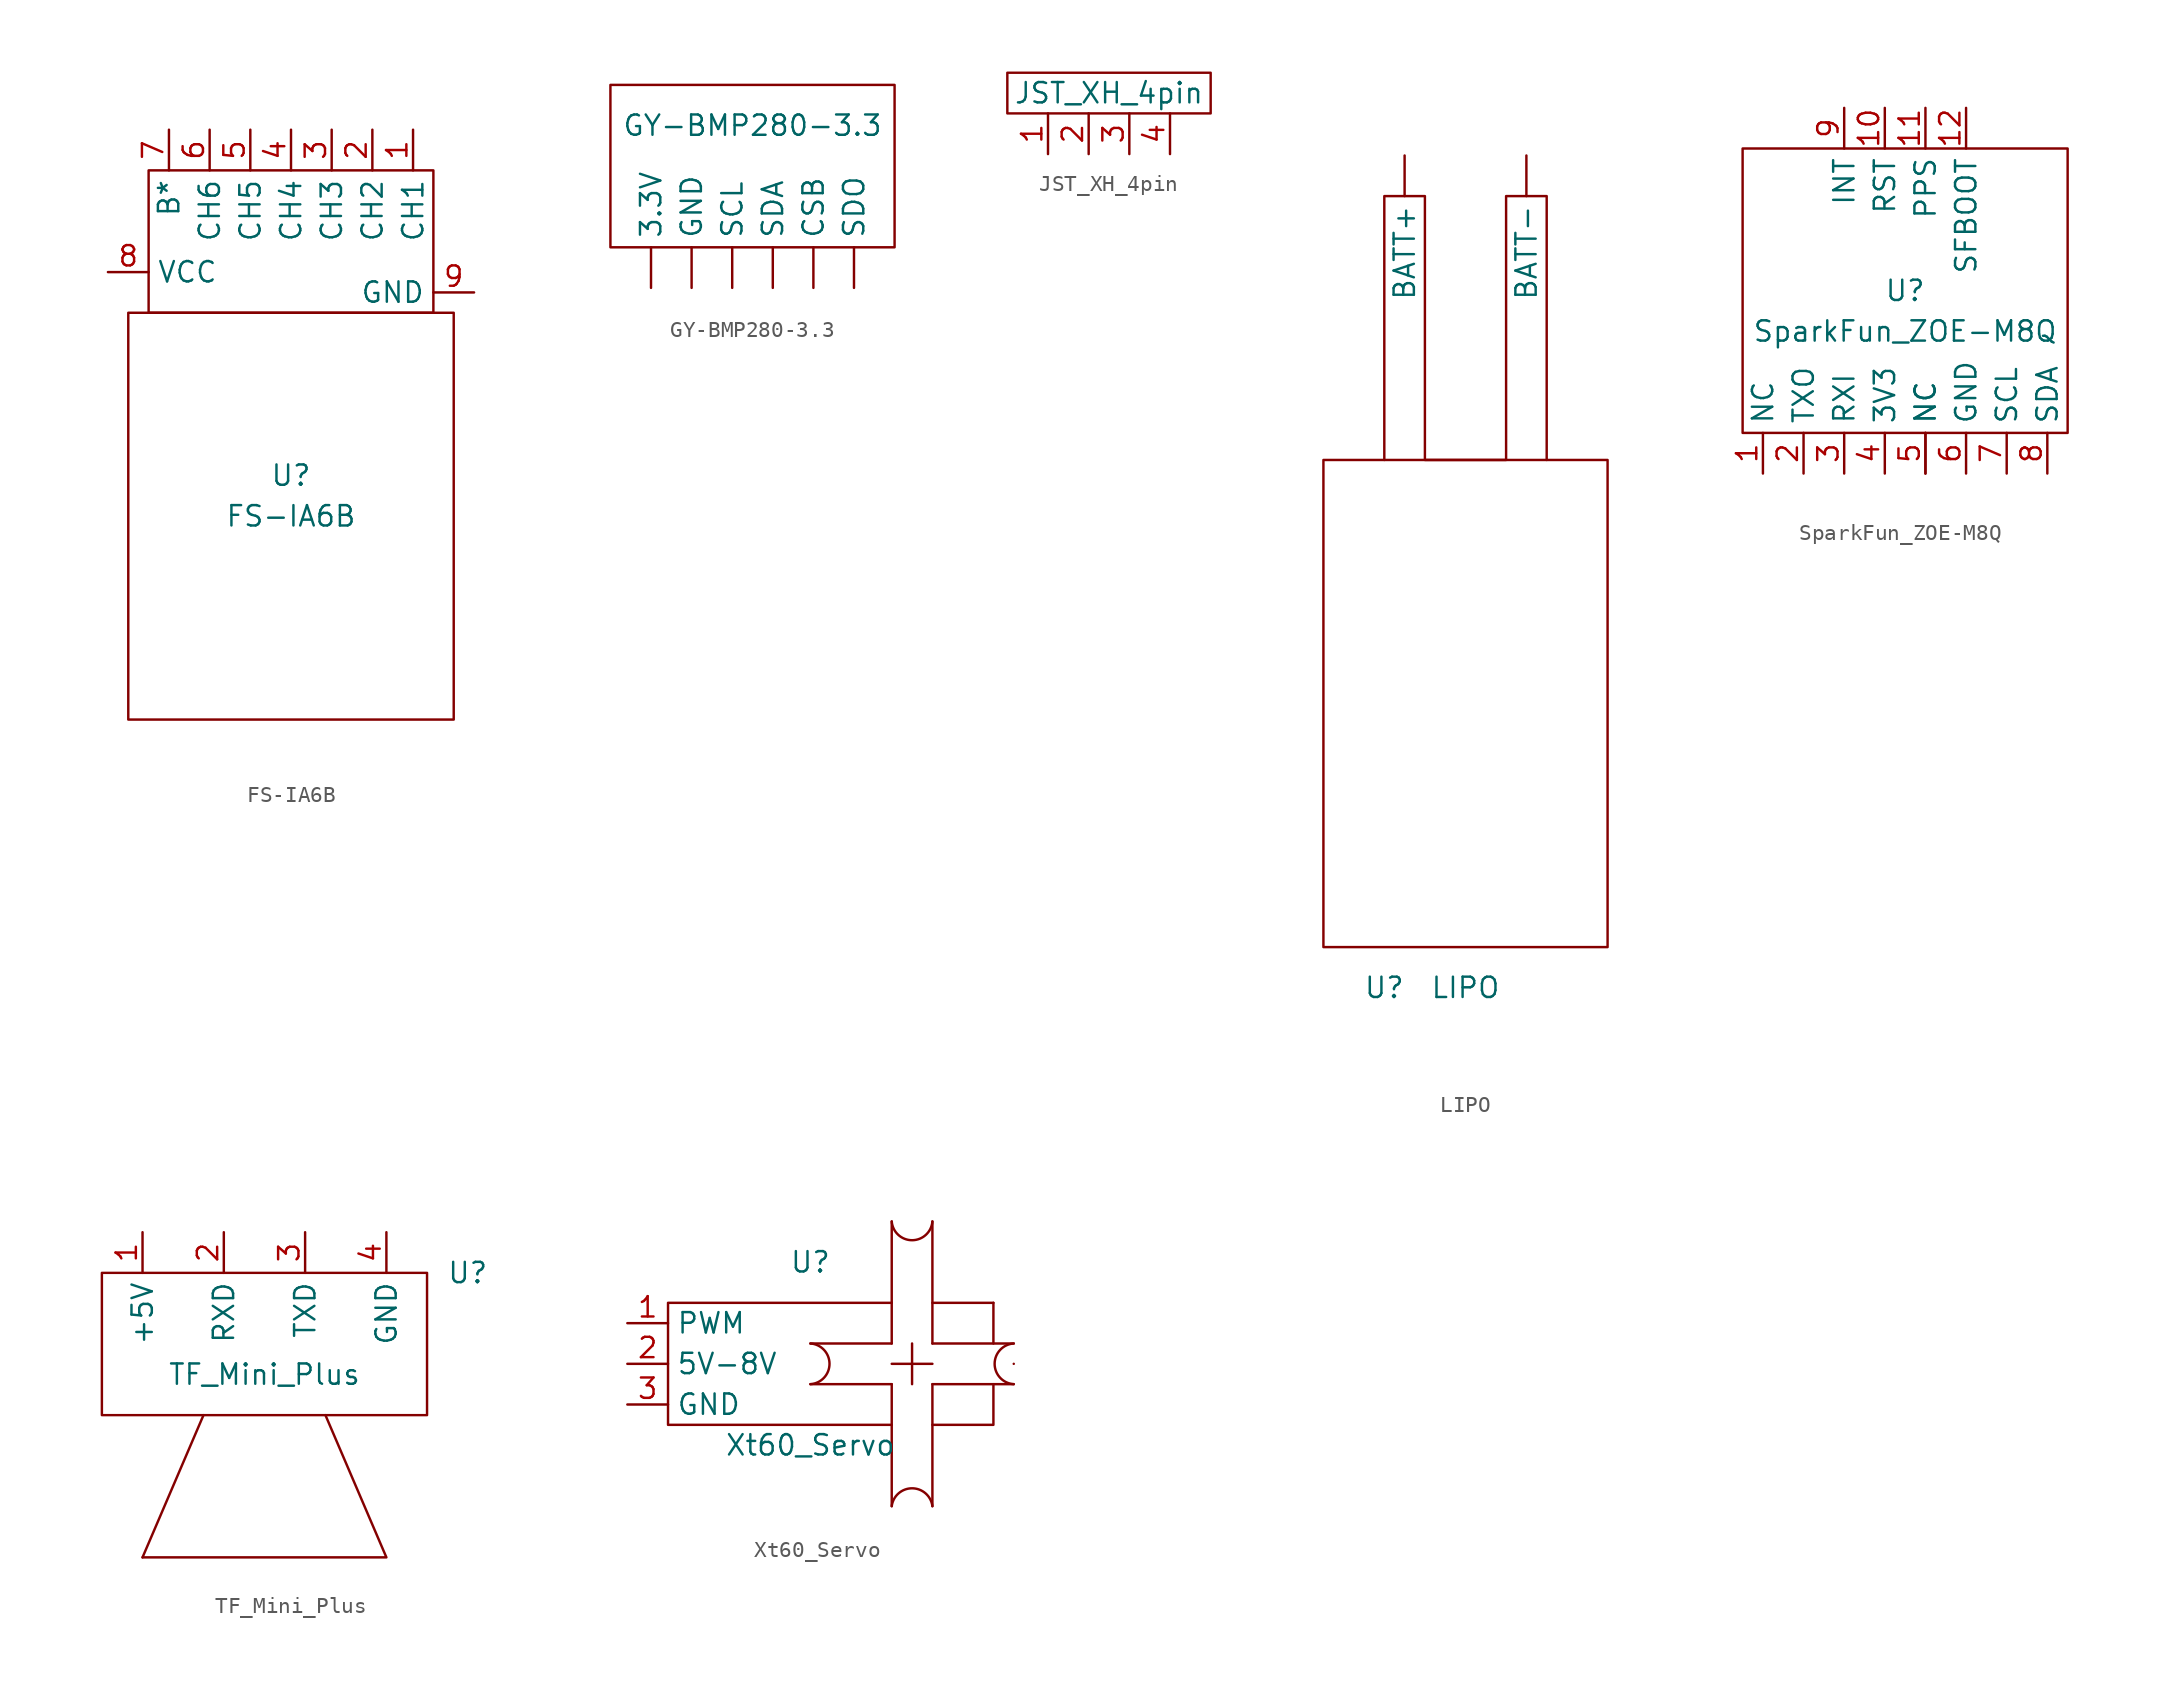
<source format=kicad_sym>
(kicad_symbol_lib
  (version 20211014)
  (generator kicad_symbol_editor)
  (symbol "FS-IA6B"
    (property "Reference" "U"
      (at 0 -2.54 0)
      (effects (font (size 1.27 1.27))))
    (property "Value" "FS-IA6B"
      (at 0 -5.08 0)
      (effects (font (size 1.27 1.27))))
    (symbol "FS-IA6B_0_1"
      (rectangle (start -10.16 7.62) (end 10.16 -17.78) (stroke (width 0) (type default) (color 0 0 0 0)) (fill (type none)))
      (rectangle (start -8.89 16.51) (end 8.89 7.62) (stroke (width 0) (type default) (color 0 0 0 0)) (fill (type none))))
    (symbol "FS-IA6B_1_1"
      (pin output line (at 7.62 19.05 270) (length 2.54) (name "CH1" (effects (font (size 1.27 1.27)))) (number "1" (effects (font (size 1.27 1.27)))))
      (pin output line (at 5.08 19.05 270) (length 2.54) (name "CH2" (effects (font (size 1.27 1.27)))) (number "2" (effects (font (size 1.27 1.27)))))
      (pin output line (at 2.54 19.05 270) (length 2.54) (name "CH3" (effects (font (size 1.27 1.27)))) (number "3" (effects (font (size 1.27 1.27)))))
      (pin output line (at 0 19.05 270) (length 2.54) (name "CH4" (effects (font (size 1.27 1.27)))) (number "4" (effects (font (size 1.27 1.27)))))
      (pin output line (at -2.54 19.05 270) (length 2.54) (name "CH5" (effects (font (size 1.27 1.27)))) (number "5" (effects (font (size 1.27 1.27)))))
      (pin output line (at -5.08 19.05 270) (length 2.54) (name "CH6" (effects (font (size 1.27 1.27)))) (number "6" (effects (font (size 1.27 1.27)))))
      (pin output line (at -7.62 19.05 270) (length 2.54) (name "B*" (effects (font (size 1.27 1.27)))) (number "7" (effects (font (size 1.27 1.27)))))
      (pin input line (at -11.43 10.16 0) (length 2.54) (name "VCC" (effects (font (size 1.27 1.27)))) (number "8" (effects (font (size 1.27 1.27)))))
      (pin output line (at 11.43 8.89 180) (length 2.54) (name "GND" (effects (font (size 1.27 1.27)))) (number "9" (effects (font (size 1.27 1.27)))))))
  (symbol "GY-BMP280-3.3"
    (property "Reference" "BARO"
      (at -1.27 11.43 0)
      (effects (font (size 1.27 1.27)) hide))
    (property "Value" "GY-BMP280-3.3"
      (at 0 6.35 0)
      (effects (font (size 1.27 1.27))))
    (symbol "GY-BMP280-3.3_0_1"
      (rectangle (start -8.89 -1.27) (end 8.89 8.89) (stroke (width 0) (type default) (color 0 0 0 0)) (fill (type none))))
    (symbol "GY-BMP280-3.3_1_1"
      (pin output line (at -6.35 -3.81 90) (length 2.54) (name "3.3V" (effects (font (size 1.27 1.27)))) (number "" (effects (font (size 1.27 1.27)))))
      (pin output line (at 3.81 -3.81 90) (length 2.54) (name "CSB" (effects (font (size 1.27 1.27)))) (number "" (effects (font (size 1.27 1.27)))))
      (pin output line (at -3.81 -3.81 90) (length 2.54) (name "GND" (effects (font (size 1.27 1.27)))) (number "" (effects (font (size 1.27 1.27)))))
      (pin output line (at -1.27 -3.81 90) (length 2.54) (name "SCL" (effects (font (size 1.27 1.27)))) (number "" (effects (font (size 1.27 1.27)))))
      (pin output line (at 1.27 -3.81 90) (length 2.54) (name "SDA" (effects (font (size 1.27 1.27)))) (number "" (effects (font (size 1.27 1.27)))))
      (pin output line (at 6.35 -3.81 90) (length 2.54) (name "SDO" (effects (font (size 1.27 1.27)))) (number "" (effects (font (size 1.27 1.27)))))))
  (symbol "JST_XH_4pin"
    (property "Reference" "U"
      (at 0 1.27 0)
      (effects (font (size 1.27 1.27)) hide))
    (property "Value" "JST_XH_4pin"
      (at 0 0 0)
      (effects (font (size 1.27 1.27))))
    (symbol "JST_XH_4pin_0_1"
      (rectangle (start -6.35 1.27) (end 6.35 -1.27) (stroke (width 0) (type default) (color 0 0 0 0)) (fill (type none))))
    (symbol "JST_XH_4pin_1_1"
      (pin output line (at -3.81 -3.81 90) (length 2.54) (name "" (effects (font (size 1.27 1.27)))) (number "1" (effects (font (size 1.27 1.27)))))
      (pin output line (at -1.27 -3.81 90) (length 2.54) (name "" (effects (font (size 1.27 1.27)))) (number "2" (effects (font (size 1.27 1.27)))))
      (pin output line (at 1.27 -3.81 90) (length 2.54) (name "" (effects (font (size 1.27 1.27)))) (number "3" (effects (font (size 1.27 1.27)))))
      (pin output line (at 3.81 -3.81 90) (length 2.54) (name "" (effects (font (size 1.27 1.27)))) (number "4" (effects (font (size 1.27 1.27)))))))
  (symbol "LIPO"
    (property "Reference" "U"
      (at -5.08 -17.78 0)
      (effects (font (size 1.27 1.27))))
    (property "Value" "LIPO"
      (at 0 -17.78 0)
      (effects (font (size 1.27 1.27))))
    (symbol "LIPO_0_1"
      (rectangle (start -8.89 15.24) (end 8.89 -15.24) (stroke (width 0) (type default) (color 0 0 0 0)) (fill (type none)))
      (polyline (pts (xy -5.08 15.24) (xy -5.08 31.75) (xy -2.54 31.75) (xy -2.54 15.24) (xy 2.54 15.24) (xy 2.54 31.75) (xy 5.08 31.75) (xy 5.08 15.24)) (stroke (width 0) (type default) (color 0 0 0 0)) (fill (type none))))
    (symbol "LIPO_1_1"
      (pin input line (at -3.81 34.29 270) (length 2.54) (name "BATT+" (effects (font (size 1.27 1.27)))) (number "" (effects (font (size 1.27 1.27)))))
      (pin input line (at 3.81 34.29 270) (length 2.54) (name "BATT-" (effects (font (size 1.27 1.27)))) (number "" (effects (font (size 1.27 1.27)))))))
  (symbol "SparkFun_ZOE-M8Q"
    (property "Reference" "U"
      (at 0 0 0)
      (effects (font (size 1.27 1.27))))
    (property "Value" "SparkFun_ZOE-M8Q"
      (at 0 -2.54 0)
      (effects (font (size 1.27 1.27))))
    (symbol "SparkFun_ZOE-M8Q_0_1"
      (rectangle (start -10.16 8.89) (end 10.16 -8.89) (stroke (width 0) (type default) (color 0 0 0 0)) (fill (type none))))
    (symbol "SparkFun_ZOE-M8Q_1_1"
      (pin input line (at 1.27 -11.43 90) (length 2.54) (name "NC" (effects (font (size 1.27 1.27)))) (number "" (effects (font (size 1.27 1.27)))))
      (pin input line (at -8.89 -11.43 90) (length 2.54) (name "NC" (effects (font (size 1.27 1.27)))) (number "1" (effects (font (size 1.27 1.27)))))
      (pin input line (at -1.27 11.43 270) (length 2.54) (name "RST" (effects (font (size 1.27 1.27)))) (number "10" (effects (font (size 1.27 1.27)))))
      (pin input line (at 1.27 11.43 270) (length 2.54) (name "PPS" (effects (font (size 1.27 1.27)))) (number "11" (effects (font (size 1.27 1.27)))))
      (pin input line (at 3.81 11.43 270) (length 2.54) (name "SFBOOT" (effects (font (size 1.27 1.27)))) (number "12" (effects (font (size 1.27 1.27)))))
      (pin input line (at -6.35 -11.43 90) (length 2.54) (name "TXO" (effects (font (size 1.27 1.27)))) (number "2" (effects (font (size 1.27 1.27)))))
      (pin input line (at -3.81 -11.43 90) (length 2.54) (name "RXI" (effects (font (size 1.27 1.27)))) (number "3" (effects (font (size 1.27 1.27)))))
      (pin input line (at -1.27 -11.43 90) (length 2.54) (name "3V3" (effects (font (size 1.27 1.27)))) (number "4" (effects (font (size 1.27 1.27)))))
      (pin input line (at 1.27 -11.43 90) (length 2.54) (name "NC" (effects (font (size 1.27 1.27)))) (number "5" (effects (font (size 1.27 1.27)))))
      (pin input line (at 3.81 -11.43 90) (length 2.54) (name "GND" (effects (font (size 1.27 1.27)))) (number "6" (effects (font (size 1.27 1.27)))))
      (pin input line (at 6.35 -11.43 90) (length 2.54) (name "SCL" (effects (font (size 1.27 1.27)))) (number "7" (effects (font (size 1.27 1.27)))))
      (pin input line (at 8.89 -11.43 90) (length 2.54) (name "SDA" (effects (font (size 1.27 1.27)))) (number "8" (effects (font (size 1.27 1.27)))))
      (pin input line (at -3.81 11.43 270) (length 2.54) (name "INT" (effects (font (size 1.27 1.27)))) (number "9" (effects (font (size 1.27 1.27)))))))
  (symbol "TF_Mini_Plus"
    (property "Reference" "U"
      (at 12.7 5.08 0)
      (effects (font (size 1.27 1.27))))
    (property "Value" "TF_Mini_Plus"
      (at 0 -1.27 0)
      (effects (font (size 1.27 1.27))))
    (symbol "TF_Mini_Plus_0_1"
      (rectangle (start -10.16 5.08) (end 10.16 -3.81) (stroke (width 0) (type default) (color 0 0 0 0)) (fill (type none)))
      (polyline (pts (xy -3.81 -3.81) (xy -7.62 -12.7)) (stroke (width 0) (type default) (color 0 0 0 0)) (fill (type none)))
      (polyline (pts (xy -7.62 -12.7) (xy 7.62 -12.7) (xy 3.81 -3.81) (xy 3.81 -3.81)) (stroke (width 0) (type default) (color 0 0 0 0)) (fill (type none))))
    (symbol "TF_Mini_Plus_1_1"
      (pin input line (at -7.62 7.62 270) (length 2.54) (name "+5V" (effects (font (size 1.27 1.27)))) (number "1" (effects (font (size 1.27 1.27)))))
      (pin input line (at -2.54 7.62 270) (length 2.54) (name "RXD" (effects (font (size 1.27 1.27)))) (number "2" (effects (font (size 1.27 1.27)))))
      (pin input line (at 2.54 7.62 270) (length 2.54) (name "TXD" (effects (font (size 1.27 1.27)))) (number "3" (effects (font (size 1.27 1.27)))))
      (pin input line (at 7.62 7.62 270) (length 2.54) (name "GND" (effects (font (size 1.27 1.27)))) (number "4" (effects (font (size 1.27 1.27)))))))
  (symbol "Xt60_Servo"
    (property "Reference" "U"
      (at -6.35 6.35 0)
      (effects (font (size 1.27 1.27))))
    (property "Value" "Xt60_Servo"
      (at -6.35 -5.08 0)
      (effects (font (size 1.27 1.27))))
    (symbol "Xt60_Servo_0_1"
      (arc (start -6.35 -1.27) (mid -4.9996 0) (end -6.35 1.27) (stroke (width 0) (type default) (color 0 0 0 0)) (fill (type none)))
      (arc (start -1.27 8.89) (mid 0 7.5124) (end 1.27 8.89) (stroke (width 0) (type default) (color 0 0 0 0)) (fill (type none)))
      (polyline (pts (xy -1.27 -8.89) (xy -1.27 -1.27)) (stroke (width 0) (type default) (color 0 0 0 0)) (fill (type none)))
      (polyline (pts (xy -1.27 -1.27) (xy -6.35 -1.27)) (stroke (width 0) (type default) (color 0 0 0 0)) (fill (type none)))
      (polyline (pts (xy -1.27 0) (xy 1.27 0)) (stroke (width 0) (type default) (color 0 0 0 0)) (fill (type none)))
      (polyline (pts (xy -1.27 1.27) (xy -6.35 1.27)) (stroke (width 0) (type default) (color 0 0 0 0)) (fill (type none)))
      (polyline (pts (xy -1.27 1.27) (xy -1.27 8.89)) (stroke (width 0) (type default) (color 0 0 0 0)) (fill (type none)))
      (polyline (pts (xy 0 -1.27) (xy 0 1.27)) (stroke (width 0) (type default) (color 0 0 0 0)) (fill (type none)))
      (polyline (pts (xy 1.27 -1.27) (xy 1.27 -8.89)) (stroke (width 0) (type default) (color 0 0 0 0)) (fill (type none)))
      (polyline (pts (xy 1.27 -1.27) (xy 6.35 -1.27)) (stroke (width 0) (type default) (color 0 0 0 0)) (fill (type none)))
      (polyline (pts (xy 1.27 1.27) (xy 6.35 1.27)) (stroke (width 0) (type default) (color 0 0 0 0)) (fill (type none)))
      (polyline (pts (xy 1.27 3.81) (xy 5.08 3.81)) (stroke (width 0) (type default) (color 0 0 0 0)) (fill (type none)))
      (polyline (pts (xy 1.27 8.89) (xy 1.27 1.27)) (stroke (width 0) (type default) (color 0 0 0 0)) (fill (type none)))
      (polyline (pts (xy 5.08 3.81) (xy 5.08 1.27)) (stroke (width 0) (type default) (color 0 0 0 0)) (fill (type none)))
      (polyline (pts (xy 5.08 -1.27) (xy 5.08 -3.81) (xy 1.27 -3.81)) (stroke (width 0) (type default) (color 0 0 0 0)) (fill (type none)))
      (polyline (pts (xy -1.27 -3.81) (xy -15.24 -3.81) (xy -15.24 3.81) (xy -1.27 3.81)) (stroke (width 0) (type default) (color 0 0 0 0)) (fill (type none)))
      (arc (start 1.27 -8.89) (mid 0 -7.4459) (end -1.27 -8.89) (stroke (width 0) (type default) (color 0 0 0 0)) (fill (type none)))
      (arc (start 6.35 0) (mid 6.35 0) (end 6.35 0) (stroke (width 0) (type default) (color 0 0 0 0)) (fill (type none)))
      (arc (start 6.35 1.27) (mid 4.9995 0) (end 6.35 -1.27) (stroke (width 0) (type default) (color 0 0 0 0)) (fill (type none))))
    (symbol "Xt60_Servo_1_1"
      (pin input line (at -17.78 2.54 0) (length 2.54) (name "PWM" (effects (font (size 1.27 1.27)))) (number "1" (effects (font (size 1.27 1.27)))))
      (pin input line (at -17.78 0 0) (length 2.54) (name "5V-8V" (effects (font (size 1.27 1.27)))) (number "2" (effects (font (size 1.27 1.27)))))
      (pin input line (at -17.78 -2.54 0) (length 2.54) (name "GND" (effects (font (size 1.27 1.27)))) (number "3" (effects (font (size 1.27 1.27))))))))
</source>
